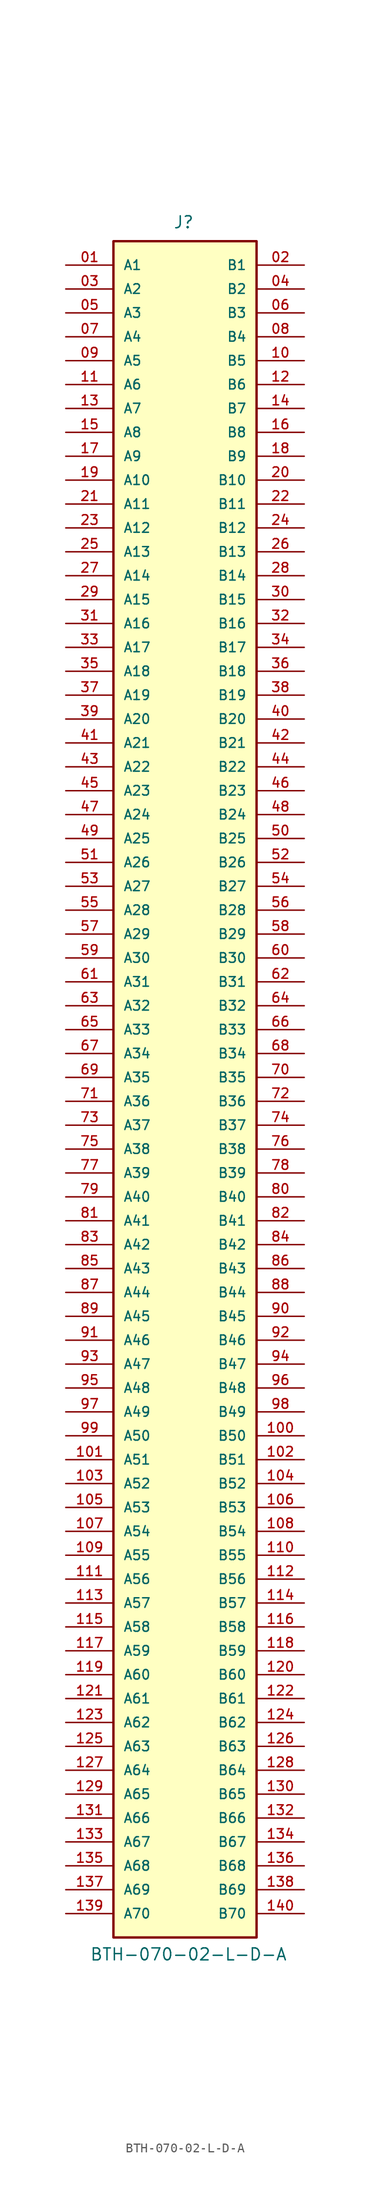
<source format=kicad_sym>
(kicad_symbol_lib
  (version 20220914)
  (generator kicad_symbol_editor)
  (symbol "BTH-070-02-L-D-A"
    (pin_names
      (offset 1.016))
    (property "Reference" "J"
      (at -1.27 92.71 0)
      (effects (font (size 1.27 1.27)) (justify left bottom)))
    (property "Value" "BTH-070-02-L-D-A"
      (at -10.16 -91.44 0)
      (effects (font (size 1.27 1.27)) (justify left bottom)))
    (symbol "BTH-070-02-L-D-A_0_0"
      (rectangle (start -7.62 91.44) (end 7.62 -88.9) (stroke (width 0.254) (type default)) (fill (type background))))
    (symbol "BTH-070-02-L-D-A_1_0"
      (pin passive line (at -12.7 88.9 0) (length 5.08) (name "A1" (effects (font (size 1.016 1.016)))) (number "01" (effects (font (size 1.016 1.016)))))
      (pin passive line (at 12.7 88.9 180) (length 5.08) (name "B1" (effects (font (size 1.016 1.016)))) (number "02" (effects (font (size 1.016 1.016)))))
      (pin passive line (at -12.7 86.36 0) (length 5.08) (name "A2" (effects (font (size 1.016 1.016)))) (number "03" (effects (font (size 1.016 1.016)))))
      (pin passive line (at 12.7 86.36 180) (length 5.08) (name "B2" (effects (font (size 1.016 1.016)))) (number "04" (effects (font (size 1.016 1.016)))))
      (pin passive line (at -12.7 83.82 0) (length 5.08) (name "A3" (effects (font (size 1.016 1.016)))) (number "05" (effects (font (size 1.016 1.016)))))
      (pin passive line (at 12.7 83.82 180) (length 5.08) (name "B3" (effects (font (size 1.016 1.016)))) (number "06" (effects (font (size 1.016 1.016)))))
      (pin passive line (at -12.7 81.28 0) (length 5.08) (name "A4" (effects (font (size 1.016 1.016)))) (number "07" (effects (font (size 1.016 1.016)))))
      (pin passive line (at 12.7 81.28 180) (length 5.08) (name "B4" (effects (font (size 1.016 1.016)))) (number "08" (effects (font (size 1.016 1.016)))))
      (pin passive line (at -12.7 78.74 0) (length 5.08) (name "A5" (effects (font (size 1.016 1.016)))) (number "09" (effects (font (size 1.016 1.016)))))
      (pin passive line (at 12.7 78.74 180) (length 5.08) (name "B5" (effects (font (size 1.016 1.016)))) (number "10" (effects (font (size 1.016 1.016)))))
      (pin passive line (at 12.7 -35.56 180) (length 5.08) (name "B50" (effects (font (size 1.016 1.016)))) (number "100" (effects (font (size 1.016 1.016)))))
      (pin passive line (at -12.7 -38.1 0) (length 5.08) (name "A51" (effects (font (size 1.016 1.016)))) (number "101" (effects (font (size 1.016 1.016)))))
      (pin passive line (at 12.7 -38.1 180) (length 5.08) (name "B51" (effects (font (size 1.016 1.016)))) (number "102" (effects (font (size 1.016 1.016)))))
      (pin passive line (at -12.7 -40.64 0) (length 5.08) (name "A52" (effects (font (size 1.016 1.016)))) (number "103" (effects (font (size 1.016 1.016)))))
      (pin passive line (at 12.7 -40.64 180) (length 5.08) (name "B52" (effects (font (size 1.016 1.016)))) (number "104" (effects (font (size 1.016 1.016)))))
      (pin passive line (at -12.7 -43.18 0) (length 5.08) (name "A53" (effects (font (size 1.016 1.016)))) (number "105" (effects (font (size 1.016 1.016)))))
      (pin passive line (at 12.7 -43.18 180) (length 5.08) (name "B53" (effects (font (size 1.016 1.016)))) (number "106" (effects (font (size 1.016 1.016)))))
      (pin passive line (at -12.7 -45.72 0) (length 5.08) (name "A54" (effects (font (size 1.016 1.016)))) (number "107" (effects (font (size 1.016 1.016)))))
      (pin passive line (at 12.7 -45.72 180) (length 5.08) (name "B54" (effects (font (size 1.016 1.016)))) (number "108" (effects (font (size 1.016 1.016)))))
      (pin passive line (at -12.7 -48.26 0) (length 5.08) (name "A55" (effects (font (size 1.016 1.016)))) (number "109" (effects (font (size 1.016 1.016)))))
      (pin passive line (at -12.7 76.2 0) (length 5.08) (name "A6" (effects (font (size 1.016 1.016)))) (number "11" (effects (font (size 1.016 1.016)))))
      (pin passive line (at 12.7 -48.26 180) (length 5.08) (name "B55" (effects (font (size 1.016 1.016)))) (number "110" (effects (font (size 1.016 1.016)))))
      (pin passive line (at -12.7 -50.8 0) (length 5.08) (name "A56" (effects (font (size 1.016 1.016)))) (number "111" (effects (font (size 1.016 1.016)))))
      (pin passive line (at 12.7 -50.8 180) (length 5.08) (name "B56" (effects (font (size 1.016 1.016)))) (number "112" (effects (font (size 1.016 1.016)))))
      (pin passive line (at -12.7 -53.34 0) (length 5.08) (name "A57" (effects (font (size 1.016 1.016)))) (number "113" (effects (font (size 1.016 1.016)))))
      (pin passive line (at 12.7 -53.34 180) (length 5.08) (name "B57" (effects (font (size 1.016 1.016)))) (number "114" (effects (font (size 1.016 1.016)))))
      (pin passive line (at -12.7 -55.88 0) (length 5.08) (name "A58" (effects (font (size 1.016 1.016)))) (number "115" (effects (font (size 1.016 1.016)))))
      (pin passive line (at 12.7 -55.88 180) (length 5.08) (name "B58" (effects (font (size 1.016 1.016)))) (number "116" (effects (font (size 1.016 1.016)))))
      (pin passive line (at -12.7 -58.42 0) (length 5.08) (name "A59" (effects (font (size 1.016 1.016)))) (number "117" (effects (font (size 1.016 1.016)))))
      (pin passive line (at 12.7 -58.42 180) (length 5.08) (name "B59" (effects (font (size 1.016 1.016)))) (number "118" (effects (font (size 1.016 1.016)))))
      (pin passive line (at -12.7 -60.96 0) (length 5.08) (name "A60" (effects (font (size 1.016 1.016)))) (number "119" (effects (font (size 1.016 1.016)))))
      (pin passive line (at 12.7 76.2 180) (length 5.08) (name "B6" (effects (font (size 1.016 1.016)))) (number "12" (effects (font (size 1.016 1.016)))))
      (pin passive line (at 12.7 -60.96 180) (length 5.08) (name "B60" (effects (font (size 1.016 1.016)))) (number "120" (effects (font (size 1.016 1.016)))))
      (pin passive line (at -12.7 -63.5 0) (length 5.08) (name "A61" (effects (font (size 1.016 1.016)))) (number "121" (effects (font (size 1.016 1.016)))))
      (pin passive line (at 12.7 -63.5 180) (length 5.08) (name "B61" (effects (font (size 1.016 1.016)))) (number "122" (effects (font (size 1.016 1.016)))))
      (pin passive line (at -12.7 -66.04 0) (length 5.08) (name "A62" (effects (font (size 1.016 1.016)))) (number "123" (effects (font (size 1.016 1.016)))))
      (pin passive line (at 12.7 -66.04 180) (length 5.08) (name "B62" (effects (font (size 1.016 1.016)))) (number "124" (effects (font (size 1.016 1.016)))))
      (pin passive line (at -12.7 -68.58 0) (length 5.08) (name "A63" (effects (font (size 1.016 1.016)))) (number "125" (effects (font (size 1.016 1.016)))))
      (pin passive line (at 12.7 -68.58 180) (length 5.08) (name "B63" (effects (font (size 1.016 1.016)))) (number "126" (effects (font (size 1.016 1.016)))))
      (pin passive line (at -12.7 -71.12 0) (length 5.08) (name "A64" (effects (font (size 1.016 1.016)))) (number "127" (effects (font (size 1.016 1.016)))))
      (pin passive line (at 12.7 -71.12 180) (length 5.08) (name "B64" (effects (font (size 1.016 1.016)))) (number "128" (effects (font (size 1.016 1.016)))))
      (pin passive line (at -12.7 -73.66 0) (length 5.08) (name "A65" (effects (font (size 1.016 1.016)))) (number "129" (effects (font (size 1.016 1.016)))))
      (pin passive line (at -12.7 73.66 0) (length 5.08) (name "A7" (effects (font (size 1.016 1.016)))) (number "13" (effects (font (size 1.016 1.016)))))
      (pin passive line (at 12.7 -73.66 180) (length 5.08) (name "B65" (effects (font (size 1.016 1.016)))) (number "130" (effects (font (size 1.016 1.016)))))
      (pin passive line (at -12.7 -76.2 0) (length 5.08) (name "A66" (effects (font (size 1.016 1.016)))) (number "131" (effects (font (size 1.016 1.016)))))
      (pin passive line (at 12.7 -76.2 180) (length 5.08) (name "B66" (effects (font (size 1.016 1.016)))) (number "132" (effects (font (size 1.016 1.016)))))
      (pin passive line (at -12.7 -78.74 0) (length 5.08) (name "A67" (effects (font (size 1.016 1.016)))) (number "133" (effects (font (size 1.016 1.016)))))
      (pin passive line (at 12.7 -78.74 180) (length 5.08) (name "B67" (effects (font (size 1.016 1.016)))) (number "134" (effects (font (size 1.016 1.016)))))
      (pin passive line (at -12.7 -81.28 0) (length 5.08) (name "A68" (effects (font (size 1.016 1.016)))) (number "135" (effects (font (size 1.016 1.016)))))
      (pin passive line (at 12.7 -81.28 180) (length 5.08) (name "B68" (effects (font (size 1.016 1.016)))) (number "136" (effects (font (size 1.016 1.016)))))
      (pin passive line (at -12.7 -83.82 0) (length 5.08) (name "A69" (effects (font (size 1.016 1.016)))) (number "137" (effects (font (size 1.016 1.016)))))
      (pin passive line (at 12.7 -83.82 180) (length 5.08) (name "B69" (effects (font (size 1.016 1.016)))) (number "138" (effects (font (size 1.016 1.016)))))
      (pin passive line (at -12.7 -86.36 0) (length 5.08) (name "A70" (effects (font (size 1.016 1.016)))) (number "139" (effects (font (size 1.016 1.016)))))
      (pin passive line (at 12.7 73.66 180) (length 5.08) (name "B7" (effects (font (size 1.016 1.016)))) (number "14" (effects (font (size 1.016 1.016)))))
      (pin passive line (at 12.7 -86.36 180) (length 5.08) (name "B70" (effects (font (size 1.016 1.016)))) (number "140" (effects (font (size 1.016 1.016)))))
      (pin passive line (at -12.7 71.12 0) (length 5.08) (name "A8" (effects (font (size 1.016 1.016)))) (number "15" (effects (font (size 1.016 1.016)))))
      (pin passive line (at 12.7 71.12 180) (length 5.08) (name "B8" (effects (font (size 1.016 1.016)))) (number "16" (effects (font (size 1.016 1.016)))))
      (pin passive line (at -12.7 68.58 0) (length 5.08) (name "A9" (effects (font (size 1.016 1.016)))) (number "17" (effects (font (size 1.016 1.016)))))
      (pin passive line (at 12.7 68.58 180) (length 5.08) (name "B9" (effects (font (size 1.016 1.016)))) (number "18" (effects (font (size 1.016 1.016)))))
      (pin passive line (at -12.7 66.04 0) (length 5.08) (name "A10" (effects (font (size 1.016 1.016)))) (number "19" (effects (font (size 1.016 1.016)))))
      (pin passive line (at 12.7 66.04 180) (length 5.08) (name "B10" (effects (font (size 1.016 1.016)))) (number "20" (effects (font (size 1.016 1.016)))))
      (pin passive line (at -12.7 63.5 0) (length 5.08) (name "A11" (effects (font (size 1.016 1.016)))) (number "21" (effects (font (size 1.016 1.016)))))
      (pin passive line (at 12.7 63.5 180) (length 5.08) (name "B11" (effects (font (size 1.016 1.016)))) (number "22" (effects (font (size 1.016 1.016)))))
      (pin passive line (at -12.7 60.96 0) (length 5.08) (name "A12" (effects (font (size 1.016 1.016)))) (number "23" (effects (font (size 1.016 1.016)))))
      (pin passive line (at 12.7 60.96 180) (length 5.08) (name "B12" (effects (font (size 1.016 1.016)))) (number "24" (effects (font (size 1.016 1.016)))))
      (pin passive line (at -12.7 58.42 0) (length 5.08) (name "A13" (effects (font (size 1.016 1.016)))) (number "25" (effects (font (size 1.016 1.016)))))
      (pin passive line (at 12.7 58.42 180) (length 5.08) (name "B13" (effects (font (size 1.016 1.016)))) (number "26" (effects (font (size 1.016 1.016)))))
      (pin passive line (at -12.7 55.88 0) (length 5.08) (name "A14" (effects (font (size 1.016 1.016)))) (number "27" (effects (font (size 1.016 1.016)))))
      (pin passive line (at 12.7 55.88 180) (length 5.08) (name "B14" (effects (font (size 1.016 1.016)))) (number "28" (effects (font (size 1.016 1.016)))))
      (pin passive line (at -12.7 53.34 0) (length 5.08) (name "A15" (effects (font (size 1.016 1.016)))) (number "29" (effects (font (size 1.016 1.016)))))
      (pin passive line (at 12.7 53.34 180) (length 5.08) (name "B15" (effects (font (size 1.016 1.016)))) (number "30" (effects (font (size 1.016 1.016)))))
      (pin passive line (at -12.7 50.8 0) (length 5.08) (name "A16" (effects (font (size 1.016 1.016)))) (number "31" (effects (font (size 1.016 1.016)))))
      (pin passive line (at 12.7 50.8 180) (length 5.08) (name "B16" (effects (font (size 1.016 1.016)))) (number "32" (effects (font (size 1.016 1.016)))))
      (pin passive line (at -12.7 48.26 0) (length 5.08) (name "A17" (effects (font (size 1.016 1.016)))) (number "33" (effects (font (size 1.016 1.016)))))
      (pin passive line (at 12.7 48.26 180) (length 5.08) (name "B17" (effects (font (size 1.016 1.016)))) (number "34" (effects (font (size 1.016 1.016)))))
      (pin passive line (at -12.7 45.72 0) (length 5.08) (name "A18" (effects (font (size 1.016 1.016)))) (number "35" (effects (font (size 1.016 1.016)))))
      (pin passive line (at 12.7 45.72 180) (length 5.08) (name "B18" (effects (font (size 1.016 1.016)))) (number "36" (effects (font (size 1.016 1.016)))))
      (pin passive line (at -12.7 43.18 0) (length 5.08) (name "A19" (effects (font (size 1.016 1.016)))) (number "37" (effects (font (size 1.016 1.016)))))
      (pin passive line (at 12.7 43.18 180) (length 5.08) (name "B19" (effects (font (size 1.016 1.016)))) (number "38" (effects (font (size 1.016 1.016)))))
      (pin passive line (at -12.7 40.64 0) (length 5.08) (name "A20" (effects (font (size 1.016 1.016)))) (number "39" (effects (font (size 1.016 1.016)))))
      (pin passive line (at 12.7 40.64 180) (length 5.08) (name "B20" (effects (font (size 1.016 1.016)))) (number "40" (effects (font (size 1.016 1.016)))))
      (pin passive line (at -12.7 38.1 0) (length 5.08) (name "A21" (effects (font (size 1.016 1.016)))) (number "41" (effects (font (size 1.016 1.016)))))
      (pin passive line (at 12.7 38.1 180) (length 5.08) (name "B21" (effects (font (size 1.016 1.016)))) (number "42" (effects (font (size 1.016 1.016)))))
      (pin passive line (at -12.7 35.56 0) (length 5.08) (name "A22" (effects (font (size 1.016 1.016)))) (number "43" (effects (font (size 1.016 1.016)))))
      (pin passive line (at 12.7 35.56 180) (length 5.08) (name "B22" (effects (font (size 1.016 1.016)))) (number "44" (effects (font (size 1.016 1.016)))))
      (pin passive line (at -12.7 33.02 0) (length 5.08) (name "A23" (effects (font (size 1.016 1.016)))) (number "45" (effects (font (size 1.016 1.016)))))
      (pin passive line (at 12.7 33.02 180) (length 5.08) (name "B23" (effects (font (size 1.016 1.016)))) (number "46" (effects (font (size 1.016 1.016)))))
      (pin passive line (at -12.7 30.48 0) (length 5.08) (name "A24" (effects (font (size 1.016 1.016)))) (number "47" (effects (font (size 1.016 1.016)))))
      (pin passive line (at 12.7 30.48 180) (length 5.08) (name "B24" (effects (font (size 1.016 1.016)))) (number "48" (effects (font (size 1.016 1.016)))))
      (pin passive line (at -12.7 27.94 0) (length 5.08) (name "A25" (effects (font (size 1.016 1.016)))) (number "49" (effects (font (size 1.016 1.016)))))
      (pin passive line (at 12.7 27.94 180) (length 5.08) (name "B25" (effects (font (size 1.016 1.016)))) (number "50" (effects (font (size 1.016 1.016)))))
      (pin passive line (at -12.7 25.4 0) (length 5.08) (name "A26" (effects (font (size 1.016 1.016)))) (number "51" (effects (font (size 1.016 1.016)))))
      (pin passive line (at 12.7 25.4 180) (length 5.08) (name "B26" (effects (font (size 1.016 1.016)))) (number "52" (effects (font (size 1.016 1.016)))))
      (pin passive line (at -12.7 22.86 0) (length 5.08) (name "A27" (effects (font (size 1.016 1.016)))) (number "53" (effects (font (size 1.016 1.016)))))
      (pin passive line (at 12.7 22.86 180) (length 5.08) (name "B27" (effects (font (size 1.016 1.016)))) (number "54" (effects (font (size 1.016 1.016)))))
      (pin passive line (at -12.7 20.32 0) (length 5.08) (name "A28" (effects (font (size 1.016 1.016)))) (number "55" (effects (font (size 1.016 1.016)))))
      (pin passive line (at 12.7 20.32 180) (length 5.08) (name "B28" (effects (font (size 1.016 1.016)))) (number "56" (effects (font (size 1.016 1.016)))))
      (pin passive line (at -12.7 17.78 0) (length 5.08) (name "A29" (effects (font (size 1.016 1.016)))) (number "57" (effects (font (size 1.016 1.016)))))
      (pin passive line (at 12.7 17.78 180) (length 5.08) (name "B29" (effects (font (size 1.016 1.016)))) (number "58" (effects (font (size 1.016 1.016)))))
      (pin passive line (at -12.7 15.24 0) (length 5.08) (name "A30" (effects (font (size 1.016 1.016)))) (number "59" (effects (font (size 1.016 1.016)))))
      (pin passive line (at 12.7 15.24 180) (length 5.08) (name "B30" (effects (font (size 1.016 1.016)))) (number "60" (effects (font (size 1.016 1.016)))))
      (pin passive line (at -12.7 12.7 0) (length 5.08) (name "A31" (effects (font (size 1.016 1.016)))) (number "61" (effects (font (size 1.016 1.016)))))
      (pin passive line (at 12.7 12.7 180) (length 5.08) (name "B31" (effects (font (size 1.016 1.016)))) (number "62" (effects (font (size 1.016 1.016)))))
      (pin passive line (at -12.7 10.16 0) (length 5.08) (name "A32" (effects (font (size 1.016 1.016)))) (number "63" (effects (font (size 1.016 1.016)))))
      (pin passive line (at 12.7 10.16 180) (length 5.08) (name "B32" (effects (font (size 1.016 1.016)))) (number "64" (effects (font (size 1.016 1.016)))))
      (pin passive line (at -12.7 7.62 0) (length 5.08) (name "A33" (effects (font (size 1.016 1.016)))) (number "65" (effects (font (size 1.016 1.016)))))
      (pin passive line (at 12.7 7.62 180) (length 5.08) (name "B33" (effects (font (size 1.016 1.016)))) (number "66" (effects (font (size 1.016 1.016)))))
      (pin passive line (at -12.7 5.08 0) (length 5.08) (name "A34" (effects (font (size 1.016 1.016)))) (number "67" (effects (font (size 1.016 1.016)))))
      (pin passive line (at 12.7 5.08 180) (length 5.08) (name "B34" (effects (font (size 1.016 1.016)))) (number "68" (effects (font (size 1.016 1.016)))))
      (pin passive line (at -12.7 2.54 0) (length 5.08) (name "A35" (effects (font (size 1.016 1.016)))) (number "69" (effects (font (size 1.016 1.016)))))
      (pin passive line (at 12.7 2.54 180) (length 5.08) (name "B35" (effects (font (size 1.016 1.016)))) (number "70" (effects (font (size 1.016 1.016)))))
      (pin passive line (at -12.7 0 0) (length 5.08) (name "A36" (effects (font (size 1.016 1.016)))) (number "71" (effects (font (size 1.016 1.016)))))
      (pin passive line (at 12.7 0 180) (length 5.08) (name "B36" (effects (font (size 1.016 1.016)))) (number "72" (effects (font (size 1.016 1.016)))))
      (pin passive line (at -12.7 -2.54 0) (length 5.08) (name "A37" (effects (font (size 1.016 1.016)))) (number "73" (effects (font (size 1.016 1.016)))))
      (pin passive line (at 12.7 -2.54 180) (length 5.08) (name "B37" (effects (font (size 1.016 1.016)))) (number "74" (effects (font (size 1.016 1.016)))))
      (pin passive line (at -12.7 -5.08 0) (length 5.08) (name "A38" (effects (font (size 1.016 1.016)))) (number "75" (effects (font (size 1.016 1.016)))))
      (pin passive line (at 12.7 -5.08 180) (length 5.08) (name "B38" (effects (font (size 1.016 1.016)))) (number "76" (effects (font (size 1.016 1.016)))))
      (pin passive line (at -12.7 -7.62 0) (length 5.08) (name "A39" (effects (font (size 1.016 1.016)))) (number "77" (effects (font (size 1.016 1.016)))))
      (pin passive line (at 12.7 -7.62 180) (length 5.08) (name "B39" (effects (font (size 1.016 1.016)))) (number "78" (effects (font (size 1.016 1.016)))))
      (pin passive line (at -12.7 -10.16 0) (length 5.08) (name "A40" (effects (font (size 1.016 1.016)))) (number "79" (effects (font (size 1.016 1.016)))))
      (pin passive line (at 12.7 -10.16 180) (length 5.08) (name "B40" (effects (font (size 1.016 1.016)))) (number "80" (effects (font (size 1.016 1.016)))))
      (pin passive line (at -12.7 -12.7 0) (length 5.08) (name "A41" (effects (font (size 1.016 1.016)))) (number "81" (effects (font (size 1.016 1.016)))))
      (pin passive line (at 12.7 -12.7 180) (length 5.08) (name "B41" (effects (font (size 1.016 1.016)))) (number "82" (effects (font (size 1.016 1.016)))))
      (pin passive line (at -12.7 -15.24 0) (length 5.08) (name "A42" (effects (font (size 1.016 1.016)))) (number "83" (effects (font (size 1.016 1.016)))))
      (pin passive line (at 12.7 -15.24 180) (length 5.08) (name "B42" (effects (font (size 1.016 1.016)))) (number "84" (effects (font (size 1.016 1.016)))))
      (pin passive line (at -12.7 -17.78 0) (length 5.08) (name "A43" (effects (font (size 1.016 1.016)))) (number "85" (effects (font (size 1.016 1.016)))))
      (pin passive line (at 12.7 -17.78 180) (length 5.08) (name "B43" (effects (font (size 1.016 1.016)))) (number "86" (effects (font (size 1.016 1.016)))))
      (pin passive line (at -12.7 -20.32 0) (length 5.08) (name "A44" (effects (font (size 1.016 1.016)))) (number "87" (effects (font (size 1.016 1.016)))))
      (pin passive line (at 12.7 -20.32 180) (length 5.08) (name "B44" (effects (font (size 1.016 1.016)))) (number "88" (effects (font (size 1.016 1.016)))))
      (pin passive line (at -12.7 -22.86 0) (length 5.08) (name "A45" (effects (font (size 1.016 1.016)))) (number "89" (effects (font (size 1.016 1.016)))))
      (pin passive line (at 12.7 -22.86 180) (length 5.08) (name "B45" (effects (font (size 1.016 1.016)))) (number "90" (effects (font (size 1.016 1.016)))))
      (pin passive line (at -12.7 -25.4 0) (length 5.08) (name "A46" (effects (font (size 1.016 1.016)))) (number "91" (effects (font (size 1.016 1.016)))))
      (pin passive line (at 12.7 -25.4 180) (length 5.08) (name "B46" (effects (font (size 1.016 1.016)))) (number "92" (effects (font (size 1.016 1.016)))))
      (pin passive line (at -12.7 -27.94 0) (length 5.08) (name "A47" (effects (font (size 1.016 1.016)))) (number "93" (effects (font (size 1.016 1.016)))))
      (pin passive line (at 12.7 -27.94 180) (length 5.08) (name "B47" (effects (font (size 1.016 1.016)))) (number "94" (effects (font (size 1.016 1.016)))))
      (pin passive line (at -12.7 -30.48 0) (length 5.08) (name "A48" (effects (font (size 1.016 1.016)))) (number "95" (effects (font (size 1.016 1.016)))))
      (pin passive line (at 12.7 -30.48 180) (length 5.08) (name "B48" (effects (font (size 1.016 1.016)))) (number "96" (effects (font (size 1.016 1.016)))))
      (pin passive line (at -12.7 -33.02 0) (length 5.08) (name "A49" (effects (font (size 1.016 1.016)))) (number "97" (effects (font (size 1.016 1.016)))))
      (pin passive line (at 12.7 -33.02 180) (length 5.08) (name "B49" (effects (font (size 1.016 1.016)))) (number "98" (effects (font (size 1.016 1.016)))))
      (pin passive line (at -12.7 -35.56 0) (length 5.08) (name "A50" (effects (font (size 1.016 1.016)))) (number "99" (effects (font (size 1.016 1.016))))))))
</source>
